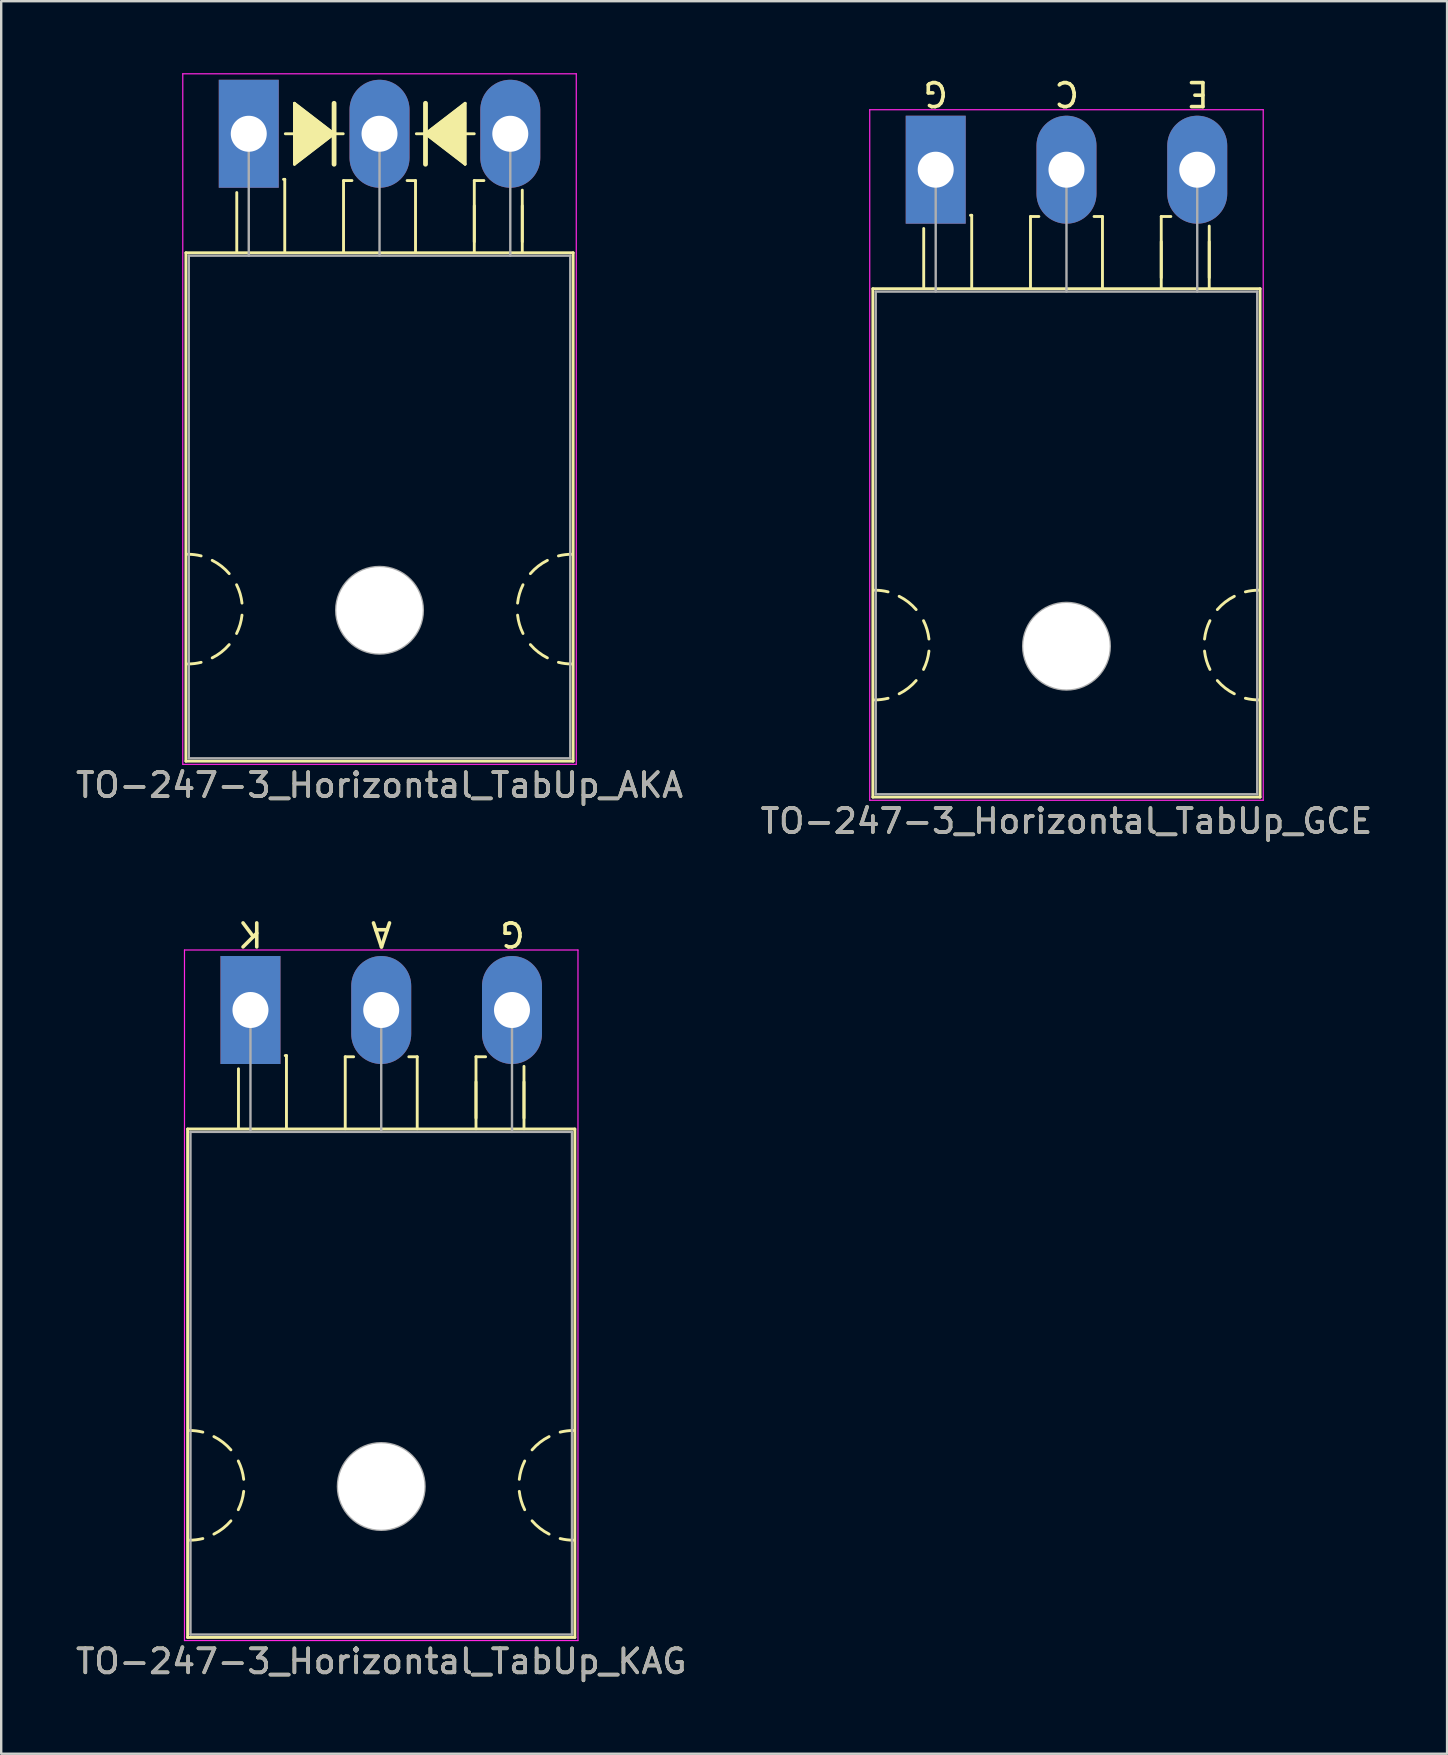
<source format=kicad_pcb>
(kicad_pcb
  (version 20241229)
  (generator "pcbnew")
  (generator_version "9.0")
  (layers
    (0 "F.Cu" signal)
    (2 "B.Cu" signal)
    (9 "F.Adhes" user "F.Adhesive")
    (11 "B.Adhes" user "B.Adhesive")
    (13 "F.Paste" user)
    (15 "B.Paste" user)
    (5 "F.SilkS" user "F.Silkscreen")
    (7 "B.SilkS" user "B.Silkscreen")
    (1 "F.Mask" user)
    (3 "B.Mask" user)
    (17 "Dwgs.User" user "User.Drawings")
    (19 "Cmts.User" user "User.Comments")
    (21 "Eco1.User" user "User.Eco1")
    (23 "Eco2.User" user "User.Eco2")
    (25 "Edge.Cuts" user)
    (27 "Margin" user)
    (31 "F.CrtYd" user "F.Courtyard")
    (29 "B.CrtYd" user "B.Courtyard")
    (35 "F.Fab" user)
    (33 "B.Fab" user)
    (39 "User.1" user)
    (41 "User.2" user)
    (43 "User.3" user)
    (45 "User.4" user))
  (footprint "TO-247-3_Horizontal_TabUp_GCE"
    (layer "F.Cu")
    (at 35.949 4.023)
    (property "Reference" "TO-247-3_Horizontal_TabUp_GCE" (at 5.45 27.15 0) (layer "F.SilkS") (effects (font (size 1 1) (thickness 0.15))))
    (fp_line (start -2.62 4.96) (end -2.62 26.15) (stroke (width 0.12) (type solid)) (layer "F.SilkS"))
    (fp_line (start -2.62 4.96) (end 13.52 4.96) (stroke (width 0.12) (type solid)) (layer "F.SilkS"))
    (fp_line (start -2.62 26.15) (end 13.52 26.15) (stroke (width 0.12) (type solid)) (layer "F.SilkS"))
    (fp_line (start -0.5 4.9) (end -0.5 2.45) (stroke (width 0.12) (type solid)) (layer "F.SilkS"))
    (fp_line (start 1.5 1.9) (end 1.45 1.9) (stroke (width 0.12) (type solid)) (layer "F.SilkS"))
    (fp_line (start 1.5 4.9) (end 1.5 1.9) (stroke (width 0.12) (type solid)) (layer "F.SilkS"))
    (fp_line (start 3.95 1.95) (end 4.3 1.95) (stroke (width 0.12) (type solid)) (layer "F.SilkS"))
    (fp_line (start 3.95 4.95) (end 3.95 1.95) (stroke (width 0.12) (type solid)) (layer "F.SilkS"))
    (fp_line (start 6.95 1.95) (end 6.6 1.95) (stroke (width 0.12) (type solid)) (layer "F.SilkS"))
    (fp_line (start 6.95 4.95) (end 6.95 1.95) (stroke (width 0.12) (type solid)) (layer "F.SilkS"))
    (fp_line (start 9.4 1.95) (end 9.8 1.95) (stroke (width 0.12) (type solid)) (layer "F.SilkS"))
    (fp_line (start 9.4 4.5) (end 9.4 3) (stroke (width 0.12) (type solid)) (layer "F.SilkS"))
    (fp_line (start 9.4 4.95) (end 9.4 1.95) (stroke (width 0.12) (type solid)) (layer "F.SilkS"))
    (fp_line (start 11.4 4.5) (end 11.4 3) (stroke (width 0.12) (type solid)) (layer "F.SilkS"))
    (fp_line (start 11.4 4.95) (end 11.4 2.35) (stroke (width 0.12) (type solid)) (layer "F.SilkS"))
    (fp_line (start 13.52 4.96) (end 13.52 26.15) (stroke (width 0.12) (type solid)) (layer "F.SilkS"))
    (fp_arc (start -2.54 17.526) (mid -2.260689 17.543128) (end -1.985564 17.594254) (stroke (width 0.12) (type solid)) (layer "F.SilkS"))
    (fp_arc (start -1.985564 22.029746) (mid -2.260689 22.080872) (end -2.54 22.098) (stroke (width 0.12) (type solid)) (layer "F.SilkS"))
    (fp_arc (start -1.524001 17.780001) (mid -1.14188 18.02132) (end -0.815088 18.333504) (stroke (width 0.12) (type solid)) (layer "F.SilkS"))
    (fp_arc (start -0.815087 21.290497) (mid -1.141879 21.60268) (end -1.524 21.844) (stroke (width 0.12) (type solid)) (layer "F.SilkS"))
    (fp_arc (start -0.508001 18.796001) (mid -0.361178 19.168563) (end -0.282051 19.561117) (stroke (width 0.12) (type solid)) (layer "F.SilkS"))
    (fp_arc (start -0.282051 20.062883) (mid -0.361178 20.455437) (end -0.508001 20.827999) (stroke (width 0.12) (type solid)) (layer "F.SilkS"))
    (fp_arc (start 11.204051 19.561117) (mid 11.283178 19.168563) (end 11.430001 18.796001) (stroke (width 0.12) (type solid)) (layer "F.SilkS"))
    (fp_arc (start 11.430001 20.827999) (mid 11.283178 20.455437) (end 11.204051 20.062883) (stroke (width 0.12) (type solid)) (layer "F.SilkS"))
    (fp_arc (start 11.737087 18.333503) (mid 12.063879 18.02132) (end 12.446 17.78) (stroke (width 0.12) (type solid)) (layer "F.SilkS"))
    (fp_arc (start 12.446001 21.843999) (mid 12.06388 21.60268) (end 11.737088 21.290496) (stroke (width 0.12) (type solid)) (layer "F.SilkS"))
    (fp_arc (start 12.907564 17.594254) (mid 13.182689 17.543128) (end 13.462 17.526) (stroke (width 0.12) (type solid)) (layer "F.SilkS"))
    (fp_arc (start 13.462 22.098) (mid 13.182689 22.080872) (end 12.907564 22.029746) (stroke (width 0.12) (type solid)) (layer "F.SilkS"))
    (fp_line (start -2.75 -2.5) (end -2.75 26.28) (stroke (width 0.05) (type solid)) (layer "F.CrtYd"))
    (fp_line (start -2.75 26.28) (end 13.65 26.28) (stroke (width 0.05) (type solid)) (layer "F.CrtYd"))
    (fp_line (start 13.65 -2.5) (end -2.75 -2.5) (stroke (width 0.05) (type solid)) (layer "F.CrtYd"))
    (fp_line (start 13.65 26.28) (end 13.65 -2.5) (stroke (width 0.05) (type solid)) (layer "F.CrtYd"))
    (fp_line (start -2.5 5.08) (end -2.5 26.03) (stroke (width 0.1) (type solid)) (layer "F.Fab"))
    (fp_line (start -2.5 26.03) (end 13.4 26.03) (stroke (width 0.1) (type solid)) (layer "F.Fab"))
    (fp_line (start 0 5.08) (end 0 0) (stroke (width 0.1) (type solid)) (layer "F.Fab"))
    (fp_line (start 5.45 5.08) (end 5.45 0) (stroke (width 0.1) (type solid)) (layer "F.Fab"))
    (fp_line (start 10.9 5.08) (end 10.9 0) (stroke (width 0.1) (type solid)) (layer "F.Fab"))
    (fp_line (start 13.4 5.08) (end -2.5 5.08) (stroke (width 0.1) (type solid)) (layer "F.Fab"))
    (fp_line (start 13.4 26.03) (end 13.4 5.08) (stroke (width 0.1) (type solid)) (layer "F.Fab"))
    (fp_circle (center 5.45 19.86) (end 7.255 19.86) (stroke (width 0.1) (type solid)) (fill no) (layer "F.Fab"))
    (fp_text user "G" (at 0 -3.175 180) (unlocked yes) (layer "F.SilkS") (effects (font (size 1 1) (thickness 0.15))))
    (fp_text user "E" (at 10.922 -3.175 180) (unlocked yes) (layer "F.SilkS") (effects (font (size 1 1) (thickness 0.15))))
    (fp_text user "C" (at 5.461 -3.175 180) (unlocked yes) (layer "F.SilkS") (effects (font (size 1 1) (thickness 0.15))))
    (fp_text user "${REFERENCE}" (at 5.45 27.15 0) (layer "F.Fab") (effects (font (size 1 1) (thickness 0.15))))
    (pad "" np_thru_hole oval (at 5.45 19.86) (size 3.6 3.6) (drill 3.6) (layers "*.Cu" "*.Mask"))
    (pad "1" thru_hole rect (at 0 0) (size 2.5 4.5) (drill 1.5) (layers "*.Cu" "*.Mask"))
    (pad "2" thru_hole oval (at 5.45 0) (size 2.5 4.5) (drill 1.5) (layers "*.Cu" "*.Mask"))
    (pad "3" thru_hole oval (at 10.9 0) (size 2.5 4.5) (drill 1.5) (layers "*.Cu" "*.Mask")))
  (footprint "TO-247-3_Horizontal_TabUp_AKA"
    (layer "F.Cu")
    (at 7.318 2.525)
    (property "Reference" "TO-247-3_Horizontal_TabUp_AKA" (at 5.45 27.15 0) (layer "F.SilkS") (effects (font (size 1 1) (thickness 0.15))))
    (attr through_hole)
    (fp_line (start -2.62 4.96) (end -2.62 26.15) (stroke (width 0.12) (type solid)) (layer "F.SilkS"))
    (fp_line (start -2.62 4.96) (end 13.52 4.96) (stroke (width 0.12) (type solid)) (layer "F.SilkS"))
    (fp_line (start -2.62 26.15) (end 13.52 26.15) (stroke (width 0.12) (type solid)) (layer "F.SilkS"))
    (fp_line (start -0.5 4.9) (end -0.5 2.45) (stroke (width 0.12) (type solid)) (layer "F.SilkS"))
    (fp_line (start 1.5 1.9) (end 1.45 1.9) (stroke (width 0.12) (type solid)) (layer "F.SilkS"))
    (fp_line (start 1.5 4.9) (end 1.5 1.9) (stroke (width 0.12) (type solid)) (layer "F.SilkS"))
    (fp_line (start 1.524 0) (end 1.905 0) (stroke (width 0.12) (type solid)) (layer "F.SilkS"))
    (fp_line (start 1.905 -1.27) (end 1.905 1.27) (stroke (width 0.12) (type solid)) (layer "F.SilkS"))
    (fp_line (start 1.905 1.27) (end 3.556 0) (stroke (width 0.12) (type solid)) (layer "F.SilkS"))
    (fp_line (start 3.556 0) (end 1.905 -1.27) (stroke (width 0.12) (type solid)) (layer "F.SilkS"))
    (fp_line (start 3.556 0) (end 3.556 -1.27) (stroke (width 0.2) (type solid)) (layer "F.SilkS"))
    (fp_line (start 3.556 1.27) (end 3.556 0) (stroke (width 0.2) (type solid)) (layer "F.SilkS"))
    (fp_line (start 3.937 0) (end 3.556 0) (stroke (width 0.12) (type solid)) (layer "F.SilkS"))
    (fp_line (start 3.95 1.95) (end 4.3 1.95) (stroke (width 0.12) (type solid)) (layer "F.SilkS"))
    (fp_line (start 3.95 4.95) (end 3.95 1.95) (stroke (width 0.12) (type solid)) (layer "F.SilkS"))
    (fp_line (start 6.95 1.95) (end 6.6 1.95) (stroke (width 0.12) (type solid)) (layer "F.SilkS"))
    (fp_line (start 6.95 4.95) (end 6.95 1.95) (stroke (width 0.12) (type solid)) (layer "F.SilkS"))
    (fp_line (start 6.985 0) (end 7.366 0) (stroke (width 0.12) (type solid)) (layer "F.SilkS"))
    (fp_line (start 7.366 -1.27) (end 7.366 0) (stroke (width 0.2) (type solid)) (layer "F.SilkS"))
    (fp_line (start 7.366 0) (end 7.366 1.27) (stroke (width 0.2) (type solid)) (layer "F.SilkS"))
    (fp_line (start 7.366 0) (end 9.017 1.27) (stroke (width 0.12) (type solid)) (layer "F.SilkS"))
    (fp_line (start 9.017 -1.27) (end 7.366 0) (stroke (width 0.12) (type solid)) (layer "F.SilkS"))
    (fp_line (start 9.017 1.27) (end 9.017 -1.27) (stroke (width 0.12) (type solid)) (layer "F.SilkS"))
    (fp_line (start 9.398 0) (end 9.017 0) (stroke (width 0.12) (type solid)) (layer "F.SilkS"))
    (fp_line (start 9.4 1.95) (end 9.8 1.95) (stroke (width 0.12) (type solid)) (layer "F.SilkS"))
    (fp_line (start 9.4 4.5) (end 9.4 3) (stroke (width 0.12) (type solid)) (layer "F.SilkS"))
    (fp_line (start 9.4 4.95) (end 9.4 1.95) (stroke (width 0.12) (type solid)) (layer "F.SilkS"))
    (fp_line (start 11.4 4.5) (end 11.4 3) (stroke (width 0.12) (type solid)) (layer "F.SilkS"))
    (fp_line (start 11.4 4.95) (end 11.4 2.35) (stroke (width 0.12) (type solid)) (layer "F.SilkS"))
    (fp_line (start 13.52 4.96) (end 13.52 26.15) (stroke (width 0.12) (type solid)) (layer "F.SilkS"))
    (fp_arc (start -2.54 17.526) (mid -2.260689 17.543128) (end -1.985564 17.594254) (stroke (width 0.12) (type solid)) (layer "F.SilkS"))
    (fp_arc (start -1.985564 22.029746) (mid -2.260689 22.080872) (end -2.54 22.098) (stroke (width 0.12) (type solid)) (layer "F.SilkS"))
    (fp_arc (start -1.524001 17.780001) (mid -1.14188 18.02132) (end -0.815088 18.333504) (stroke (width 0.12) (type solid)) (layer "F.SilkS"))
    (fp_arc (start -0.815087 21.290497) (mid -1.141879 21.60268) (end -1.524 21.844) (stroke (width 0.12) (type solid)) (layer "F.SilkS"))
    (fp_arc (start -0.508001 18.796001) (mid -0.361178 19.168563) (end -0.282051 19.561117) (stroke (width 0.12) (type solid)) (layer "F.SilkS"))
    (fp_arc (start -0.282051 20.062883) (mid -0.361178 20.455437) (end -0.508001 20.827999) (stroke (width 0.12) (type solid)) (layer "F.SilkS"))
    (fp_arc (start 11.204051 19.561117) (mid 11.283178 19.168563) (end 11.430001 18.796001) (stroke (width 0.12) (type solid)) (layer "F.SilkS"))
    (fp_arc (start 11.430001 20.827999) (mid 11.283178 20.455437) (end 11.204051 20.062883) (stroke (width 0.12) (type solid)) (layer "F.SilkS"))
    (fp_arc (start 11.737087 18.333503) (mid 12.063879 18.02132) (end 12.446 17.78) (stroke (width 0.12) (type solid)) (layer "F.SilkS"))
    (fp_arc (start 12.446001 21.843999) (mid 12.06388 21.60268) (end 11.737088 21.290496) (stroke (width 0.12) (type solid)) (layer "F.SilkS"))
    (fp_arc (start 12.907564 17.594254) (mid 13.182689 17.543128) (end 13.462 17.526) (stroke (width 0.12) (type solid)) (layer "F.SilkS"))
    (fp_arc (start 13.462 22.098) (mid 13.182689 22.080872) (end 12.907564 22.029746) (stroke (width 0.12) (type solid)) (layer "F.SilkS"))
    (fp_poly (pts (xy 3.556 0) (xy 1.905 1.27) (xy 1.905 -1.27)) (stroke (width 0.1) (type solid)) (fill yes) (layer "F.SilkS"))
    (fp_poly (pts (xy 9.017 1.27) (xy 7.366 0) (xy 9.017 -1.27)) (stroke (width 0.1) (type solid)) (fill yes) (layer "F.SilkS"))
    (fp_line (start -2.75 -2.5) (end -2.75 26.28) (stroke (width 0.05) (type solid)) (layer "F.CrtYd"))
    (fp_line (start -2.75 26.28) (end 13.65 26.28) (stroke (width 0.05) (type solid)) (layer "F.CrtYd"))
    (fp_line (start 13.65 -2.5) (end -2.75 -2.5) (stroke (width 0.05) (type solid)) (layer "F.CrtYd"))
    (fp_line (start 13.65 26.28) (end 13.65 -2.5) (stroke (width 0.05) (type solid)) (layer "F.CrtYd"))
    (fp_line (start -2.5 5.08) (end -2.5 26.03) (stroke (width 0.1) (type solid)) (layer "F.Fab"))
    (fp_line (start -2.5 26.03) (end 13.4 26.03) (stroke (width 0.1) (type solid)) (layer "F.Fab"))
    (fp_line (start 0 5.08) (end 0 0) (stroke (width 0.1) (type solid)) (layer "F.Fab"))
    (fp_line (start 5.45 5.08) (end 5.45 0) (stroke (width 0.1) (type solid)) (layer "F.Fab"))
    (fp_line (start 10.9 5.08) (end 10.9 0) (stroke (width 0.1) (type solid)) (layer "F.Fab"))
    (fp_line (start 13.4 5.08) (end -2.5 5.08) (stroke (width 0.1) (type solid)) (layer "F.Fab"))
    (fp_line (start 13.4 26.03) (end 13.4 5.08) (stroke (width 0.1) (type solid)) (layer "F.Fab"))
    (fp_circle (center 5.45 19.86) (end 7.255 19.86) (stroke (width 0.1) (type solid)) (fill no) (layer "F.Fab"))
    (fp_text user "${REFERENCE}" (at 5.45 27.15 0) (layer "F.Fab") (effects (font (size 1 1) (thickness 0.15))))
    (pad "" np_thru_hole oval (at 5.45 19.86) (size 3.6 3.6) (drill 3.6) (layers "*.Cu" "*.Mask"))
    (pad "1" thru_hole rect (at 0 0) (size 2.5 4.5) (drill 1.5) (layers "*.Cu" "*.Mask"))
    (pad "2" thru_hole oval (at 5.45 0) (size 2.5 4.5) (drill 1.5) (layers "*.Cu" "*.Mask"))
    (pad "3" thru_hole oval (at 10.9 0) (size 2.5 4.5) (drill 1.5) (layers "*.Cu" "*.Mask")))
  (footprint "TO-247-3_Horizontal_TabUp_KAG"
    (layer "F.Cu")
    (at 7.389 39.045)
    (property "Reference" "TO-247-3_Horizontal_TabUp_KAG" (at 5.45 27.15 0) (layer "F.SilkS") (effects (font (size 1 1) (thickness 0.15))))
    (fp_line (start -2.62 4.96) (end -2.62 26.15) (stroke (width 0.12) (type solid)) (layer "F.SilkS"))
    (fp_line (start -2.62 4.96) (end 13.52 4.96) (stroke (width 0.12) (type solid)) (layer "F.SilkS"))
    (fp_line (start -2.62 26.15) (end 13.52 26.15) (stroke (width 0.12) (type solid)) (layer "F.SilkS"))
    (fp_line (start -0.5 4.9) (end -0.5 2.45) (stroke (width 0.12) (type solid)) (layer "F.SilkS"))
    (fp_line (start 1.5 1.9) (end 1.45 1.9) (stroke (width 0.12) (type solid)) (layer "F.SilkS"))
    (fp_line (start 1.5 4.9) (end 1.5 1.9) (stroke (width 0.12) (type solid)) (layer "F.SilkS"))
    (fp_line (start 3.95 1.95) (end 4.3 1.95) (stroke (width 0.12) (type solid)) (layer "F.SilkS"))
    (fp_line (start 3.95 4.95) (end 3.95 1.95) (stroke (width 0.12) (type solid)) (layer "F.SilkS"))
    (fp_line (start 6.95 1.95) (end 6.6 1.95) (stroke (width 0.12) (type solid)) (layer "F.SilkS"))
    (fp_line (start 6.95 4.95) (end 6.95 1.95) (stroke (width 0.12) (type solid)) (layer "F.SilkS"))
    (fp_line (start 9.4 1.95) (end 9.8 1.95) (stroke (width 0.12) (type solid)) (layer "F.SilkS"))
    (fp_line (start 9.4 4.5) (end 9.4 3) (stroke (width 0.12) (type solid)) (layer "F.SilkS"))
    (fp_line (start 9.4 4.95) (end 9.4 1.95) (stroke (width 0.12) (type solid)) (layer "F.SilkS"))
    (fp_line (start 11.4 4.5) (end 11.4 3) (stroke (width 0.12) (type solid)) (layer "F.SilkS"))
    (fp_line (start 11.4 4.95) (end 11.4 2.35) (stroke (width 0.12) (type solid)) (layer "F.SilkS"))
    (fp_line (start 13.52 4.96) (end 13.52 26.15) (stroke (width 0.12) (type solid)) (layer "F.SilkS"))
    (fp_arc (start -2.54 17.526) (mid -2.260689 17.543128) (end -1.985564 17.594254) (stroke (width 0.12) (type solid)) (layer "F.SilkS"))
    (fp_arc (start -1.985564 22.029746) (mid -2.260689 22.080872) (end -2.54 22.098) (stroke (width 0.12) (type solid)) (layer "F.SilkS"))
    (fp_arc (start -1.524001 17.780001) (mid -1.14188 18.02132) (end -0.815088 18.333504) (stroke (width 0.12) (type solid)) (layer "F.SilkS"))
    (fp_arc (start -0.815087 21.290497) (mid -1.141879 21.60268) (end -1.524 21.844) (stroke (width 0.12) (type solid)) (layer "F.SilkS"))
    (fp_arc (start -0.508001 18.796001) (mid -0.361178 19.168563) (end -0.282051 19.561117) (stroke (width 0.12) (type solid)) (layer "F.SilkS"))
    (fp_arc (start -0.282051 20.062883) (mid -0.361178 20.455437) (end -0.508001 20.827999) (stroke (width 0.12) (type solid)) (layer "F.SilkS"))
    (fp_arc (start 11.204051 19.561117) (mid 11.283178 19.168563) (end 11.430001 18.796001) (stroke (width 0.12) (type solid)) (layer "F.SilkS"))
    (fp_arc (start 11.430001 20.827999) (mid 11.283178 20.455437) (end 11.204051 20.062883) (stroke (width 0.12) (type solid)) (layer "F.SilkS"))
    (fp_arc (start 11.737087 18.333503) (mid 12.063879 18.02132) (end 12.446 17.78) (stroke (width 0.12) (type solid)) (layer "F.SilkS"))
    (fp_arc (start 12.446001 21.843999) (mid 12.06388 21.60268) (end 11.737088 21.290496) (stroke (width 0.12) (type solid)) (layer "F.SilkS"))
    (fp_arc (start 12.907564 17.594254) (mid 13.182689 17.543128) (end 13.462 17.526) (stroke (width 0.12) (type solid)) (layer "F.SilkS"))
    (fp_arc (start 13.462 22.098) (mid 13.182689 22.080872) (end 12.907564 22.029746) (stroke (width 0.12) (type solid)) (layer "F.SilkS"))
    (fp_line (start -2.75 -2.5) (end -2.75 26.28) (stroke (width 0.05) (type solid)) (layer "F.CrtYd"))
    (fp_line (start -2.75 26.28) (end 13.65 26.28) (stroke (width 0.05) (type solid)) (layer "F.CrtYd"))
    (fp_line (start 13.65 -2.5) (end -2.75 -2.5) (stroke (width 0.05) (type solid)) (layer "F.CrtYd"))
    (fp_line (start 13.65 26.28) (end 13.65 -2.5) (stroke (width 0.05) (type solid)) (layer "F.CrtYd"))
    (fp_line (start -2.5 5.08) (end -2.5 26.03) (stroke (width 0.1) (type solid)) (layer "F.Fab"))
    (fp_line (start -2.5 26.03) (end 13.4 26.03) (stroke (width 0.1) (type solid)) (layer "F.Fab"))
    (fp_line (start 0 5.08) (end 0 0) (stroke (width 0.1) (type solid)) (layer "F.Fab"))
    (fp_line (start 5.45 5.08) (end 5.45 0) (stroke (width 0.1) (type solid)) (layer "F.Fab"))
    (fp_line (start 10.9 5.08) (end 10.9 0) (stroke (width 0.1) (type solid)) (layer "F.Fab"))
    (fp_line (start 13.4 5.08) (end -2.5 5.08) (stroke (width 0.1) (type solid)) (layer "F.Fab"))
    (fp_line (start 13.4 26.03) (end 13.4 5.08) (stroke (width 0.1) (type solid)) (layer "F.Fab"))
    (fp_circle (center 5.45 19.86) (end 7.255 19.86) (stroke (width 0.1) (type solid)) (fill no) (layer "F.Fab"))
    (fp_text user "A" (at 5.461 -3.175 180) (unlocked yes) (layer "F.SilkS") (effects (font (size 1 1) (thickness 0.15))))
    (fp_text user "G" (at 10.922 -3.175 180) (unlocked yes) (layer "F.SilkS") (effects (font (size 1 1) (thickness 0.15))))
    (fp_text user "K" (at 0 -3.175 180) (unlocked yes) (layer "F.SilkS") (effects (font (size 1 1) (thickness 0.15))))
    (fp_text user "${REFERENCE}" (at 5.45 27.15 0) (layer "F.Fab") (effects (font (size 1 1) (thickness 0.15))))
    (pad "" np_thru_hole oval (at 5.45 19.86) (size 3.6 3.6) (drill 3.6) (layers "*.Cu" "*.Mask"))
    (pad "1" thru_hole rect (at 0 0) (size 2.5 4.5) (drill 1.5) (layers "*.Cu" "*.Mask"))
    (pad "2" thru_hole oval (at 5.45 0) (size 2.5 4.5) (drill 1.5) (layers "*.Cu" "*.Mask"))
    (pad "3" thru_hole oval (at 10.9 0) (size 2.5 4.5) (drill 1.5) (layers "*.Cu" "*.Mask")))
  (gr_rect
    (start -3 -3)
    (end 57.262 70.043)
    (stroke (width 0.1) (type default))
    (fill no)
    (layer "Edge.Cuts")))
</source>
